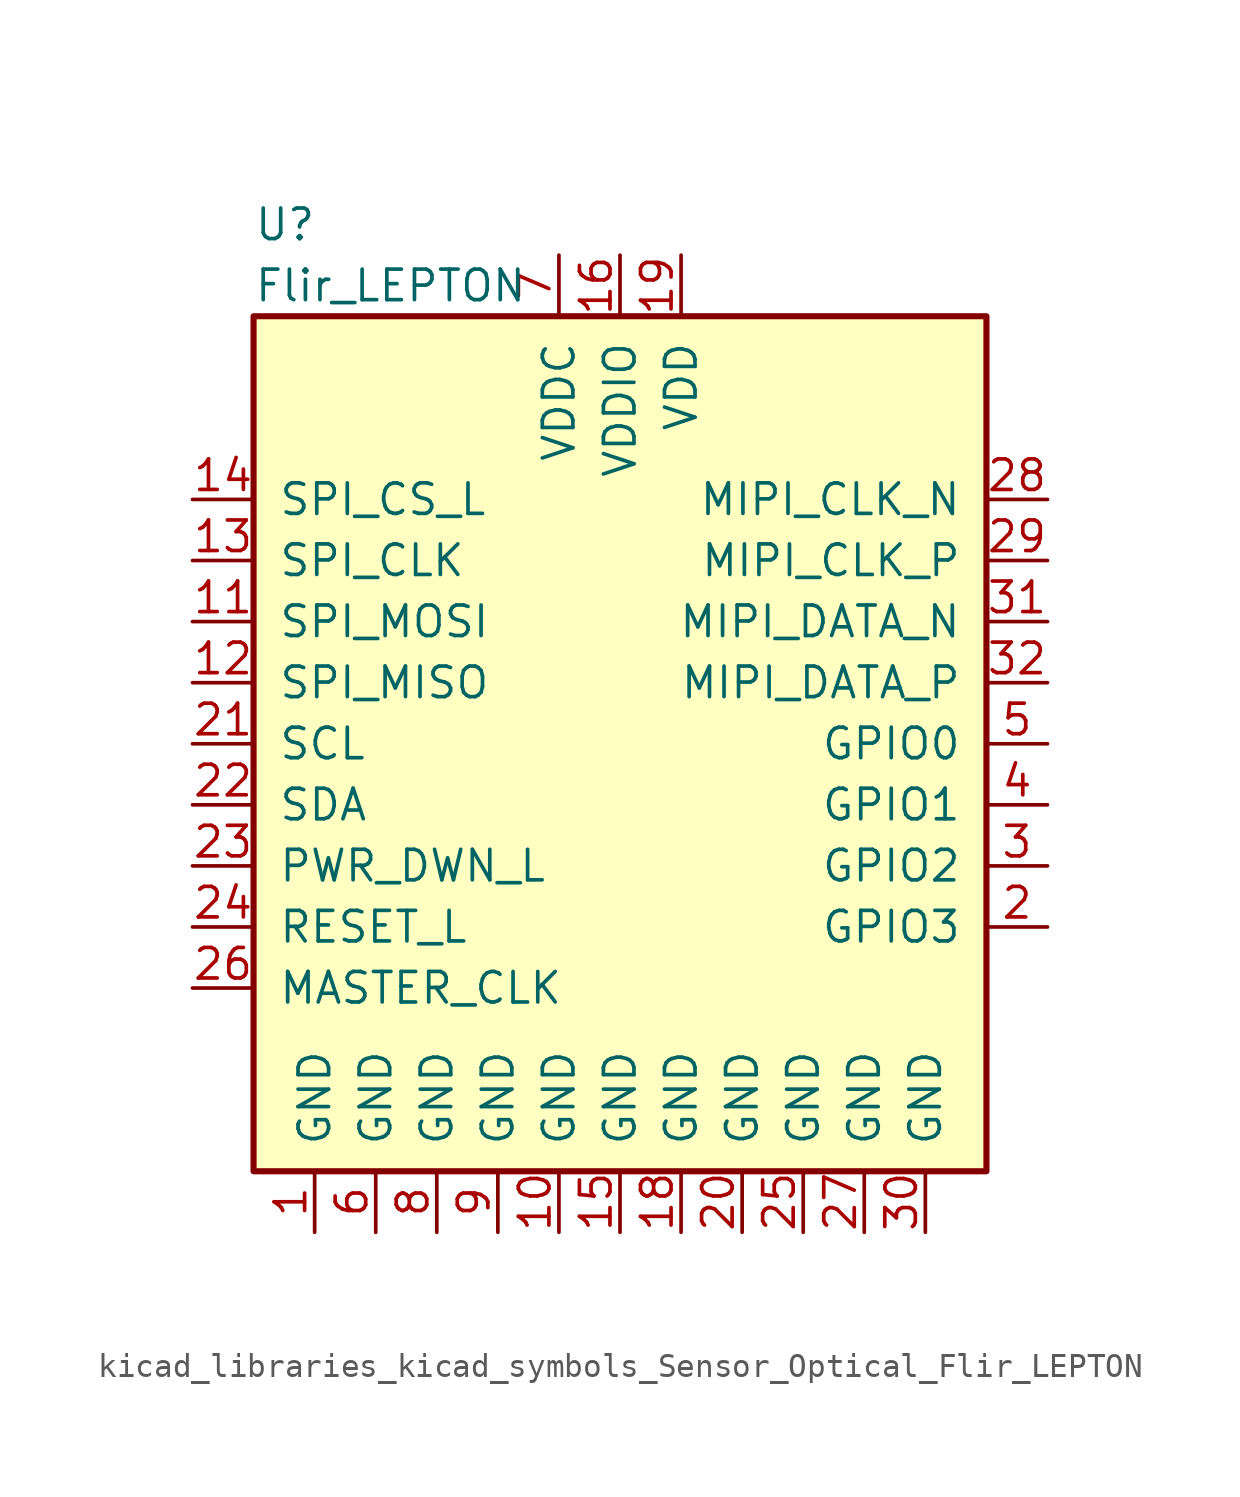
<source format=kicad_sym>
(kicad_symbol_lib
  (version 20220914)
  (generator kicad_symbol_editor)
  (symbol "kicad_libraries_kicad_symbols_Sensor_Optical_Flir_LEPTON"
    (pin_names
      (offset 1.016))
    (property "Reference" "U"
      (at -15.24 21.59 0)
      (effects (font (size 1.27 1.27)) (justify left)))
    (property "Value" "Flir_LEPTON"
      (at -15.24 19.05 0)
      (effects (font (size 1.27 1.27)) (justify left)))
    (symbol "kicad_libraries_kicad_symbols_Sensor_Optical_Flir_LEPTON_0_1"
      (rectangle (start -15.24 17.78) (end 15.24 -17.78) (stroke (width 0.254) (type default)) (fill (type background))))
    (symbol "kicad_libraries_kicad_symbols_Sensor_Optical_Flir_LEPTON_1_1"
      (pin power_in line (at -12.7 -20.32 90) (length 2.54) (name "GND" (effects (font (size 1.27 1.27)))) (number "1" (effects (font (size 1.27 1.27)))))
      (pin power_in line (at -2.54 -20.32 90) (length 2.54) (name "GND" (effects (font (size 1.27 1.27)))) (number "10" (effects (font (size 1.27 1.27)))))
      (pin input line (at -17.78 5.08 0) (length 2.54) (name "SPI_MOSI" (effects (font (size 1.27 1.27)))) (number "11" (effects (font (size 1.27 1.27)))))
      (pin output line (at -17.78 2.54 0) (length 2.54) (name "SPI_MISO" (effects (font (size 1.27 1.27)))) (number "12" (effects (font (size 1.27 1.27)))))
      (pin input line (at -17.78 7.62 0) (length 2.54) (name "SPI_CLK" (effects (font (size 1.27 1.27)))) (number "13" (effects (font (size 1.27 1.27)))))
      (pin input line (at -17.78 10.16 0) (length 2.54) (name "SPI_CS_L" (effects (font (size 1.27 1.27)))) (number "14" (effects (font (size 1.27 1.27)))))
      (pin power_in line (at 0 -20.32 90) (length 2.54) (name "GND" (effects (font (size 1.27 1.27)))) (number "15" (effects (font (size 1.27 1.27)))))
      (pin power_in line (at 0 20.32 270) (length 2.54) (name "VDDIO" (effects (font (size 1.27 1.27)))) (number "16" (effects (font (size 1.27 1.27)))))
      (pin no_connect line (at 15.24 -10.16 180) (length 2.54) hide (name "NC" (effects (font (size 1.27 1.27)))) (number "17" (effects (font (size 1.27 1.27)))))
      (pin power_in line (at 2.54 -20.32 90) (length 2.54) (name "GND" (effects (font (size 1.27 1.27)))) (number "18" (effects (font (size 1.27 1.27)))))
      (pin power_in line (at 2.54 20.32 270) (length 2.54) (name "VDD" (effects (font (size 1.27 1.27)))) (number "19" (effects (font (size 1.27 1.27)))))
      (pin bidirectional line (at 17.78 -7.62 180) (length 2.54) (name "GPIO3" (effects (font (size 1.27 1.27)))) (number "2" (effects (font (size 1.27 1.27)))))
      (pin power_in line (at 5.08 -20.32 90) (length 2.54) (name "GND" (effects (font (size 1.27 1.27)))) (number "20" (effects (font (size 1.27 1.27)))))
      (pin input line (at -17.78 0 0) (length 2.54) (name "SCL" (effects (font (size 1.27 1.27)))) (number "21" (effects (font (size 1.27 1.27)))))
      (pin bidirectional line (at -17.78 -2.54 0) (length 2.54) (name "SDA" (effects (font (size 1.27 1.27)))) (number "22" (effects (font (size 1.27 1.27)))))
      (pin input line (at -17.78 -5.08 0) (length 2.54) (name "PWR_DWN_L" (effects (font (size 1.27 1.27)))) (number "23" (effects (font (size 1.27 1.27)))))
      (pin input line (at -17.78 -7.62 0) (length 2.54) (name "RESET_L" (effects (font (size 1.27 1.27)))) (number "24" (effects (font (size 1.27 1.27)))))
      (pin power_in line (at 7.62 -20.32 90) (length 2.54) (name "GND" (effects (font (size 1.27 1.27)))) (number "25" (effects (font (size 1.27 1.27)))))
      (pin input line (at -17.78 -10.16 0) (length 2.54) (name "MASTER_CLK" (effects (font (size 1.27 1.27)))) (number "26" (effects (font (size 1.27 1.27)))))
      (pin power_in line (at 10.16 -20.32 90) (length 2.54) (name "GND" (effects (font (size 1.27 1.27)))) (number "27" (effects (font (size 1.27 1.27)))))
      (pin output line (at 17.78 10.16 180) (length 2.54) (name "MIPI_CLK_N" (effects (font (size 1.27 1.27)))) (number "28" (effects (font (size 1.27 1.27)))))
      (pin output line (at 17.78 7.62 180) (length 2.54) (name "MIPI_CLK_P" (effects (font (size 1.27 1.27)))) (number "29" (effects (font (size 1.27 1.27)))))
      (pin bidirectional line (at 17.78 -5.08 180) (length 2.54) (name "GPIO2" (effects (font (size 1.27 1.27)))) (number "3" (effects (font (size 1.27 1.27)))))
      (pin power_in line (at 12.7 -20.32 90) (length 2.54) (name "GND" (effects (font (size 1.27 1.27)))) (number "30" (effects (font (size 1.27 1.27)))))
      (pin output line (at 17.78 5.08 180) (length 2.54) (name "MIPI_DATA_N" (effects (font (size 1.27 1.27)))) (number "31" (effects (font (size 1.27 1.27)))))
      (pin output line (at 17.78 2.54 180) (length 2.54) (name "MIPI_DATA_P" (effects (font (size 1.27 1.27)))) (number "32" (effects (font (size 1.27 1.27)))))
      (pin bidirectional line (at 17.78 -2.54 180) (length 2.54) (name "GPIO1" (effects (font (size 1.27 1.27)))) (number "4" (effects (font (size 1.27 1.27)))))
      (pin bidirectional line (at 17.78 0 180) (length 2.54) (name "GPIO0" (effects (font (size 1.27 1.27)))) (number "5" (effects (font (size 1.27 1.27)))))
      (pin power_in line (at -10.16 -20.32 90) (length 2.54) (name "GND" (effects (font (size 1.27 1.27)))) (number "6" (effects (font (size 1.27 1.27)))))
      (pin power_in line (at -2.54 20.32 270) (length 2.54) (name "VDDC" (effects (font (size 1.27 1.27)))) (number "7" (effects (font (size 1.27 1.27)))))
      (pin power_in line (at -7.62 -20.32 90) (length 2.54) (name "GND" (effects (font (size 1.27 1.27)))) (number "8" (effects (font (size 1.27 1.27)))))
      (pin power_in line (at -5.08 -20.32 90) (length 2.54) (name "GND" (effects (font (size 1.27 1.27)))) (number "9" (effects (font (size 1.27 1.27))))))))
</source>
